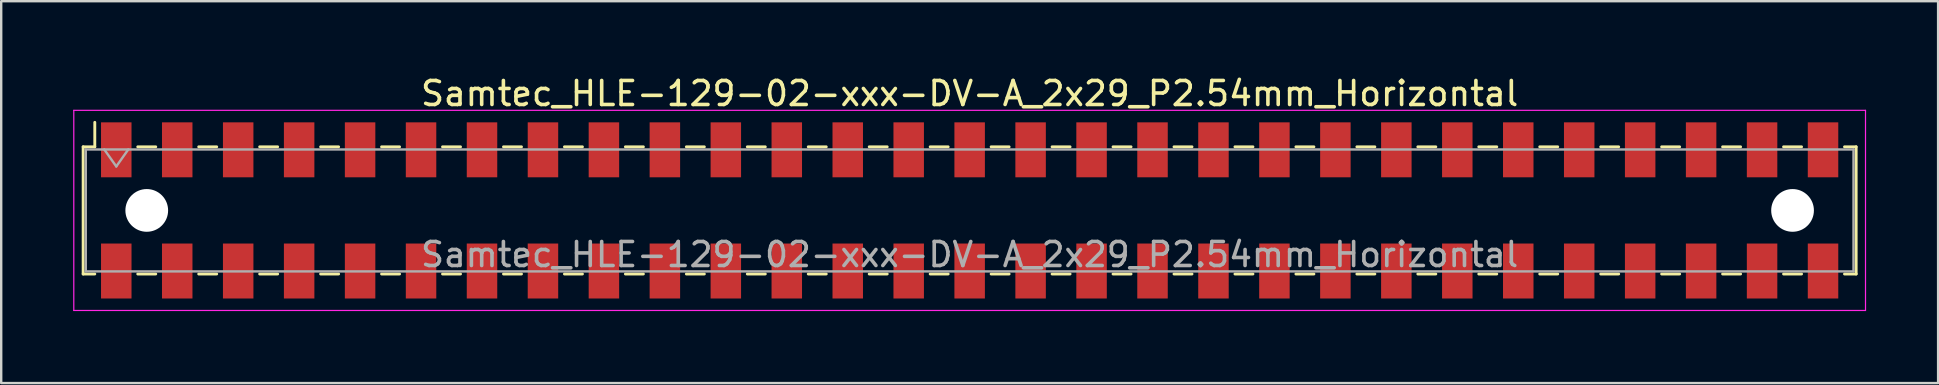
<source format=kicad_pcb>
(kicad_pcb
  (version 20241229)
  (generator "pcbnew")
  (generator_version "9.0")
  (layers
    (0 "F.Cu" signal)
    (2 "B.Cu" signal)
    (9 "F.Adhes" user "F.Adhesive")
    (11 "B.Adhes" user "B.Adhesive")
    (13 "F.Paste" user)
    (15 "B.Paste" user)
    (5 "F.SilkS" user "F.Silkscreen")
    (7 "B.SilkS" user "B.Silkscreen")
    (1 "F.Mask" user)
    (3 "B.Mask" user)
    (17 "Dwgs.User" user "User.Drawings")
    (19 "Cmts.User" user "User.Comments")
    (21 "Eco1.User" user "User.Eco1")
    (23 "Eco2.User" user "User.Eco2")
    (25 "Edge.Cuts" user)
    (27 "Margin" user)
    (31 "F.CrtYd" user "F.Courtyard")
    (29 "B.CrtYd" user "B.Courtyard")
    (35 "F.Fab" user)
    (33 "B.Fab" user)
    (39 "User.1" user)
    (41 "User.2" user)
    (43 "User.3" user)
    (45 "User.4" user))
  (footprint "Samtec_HLE-129-02-xxx-DV-A_2x29_P2.54mm_Horizontal"
    (layer "F.Cu")
    (at 37.355 5.718)
    (property "Reference" "Samtec_HLE-129-02-xxx-DV-A_2x29_P2.54mm_Horizontal" (at 0 -4.87 0) (layer "F.SilkS") (effects (font (size 1 1) (thickness 0.15))))
    (attr smd)
    (fp_line (start -36.94 -2.65) (end -36.94 2.65) (stroke (width 0.12) (type solid)) (layer "F.SilkS"))
    (fp_line (start -36.94 2.65) (end -36.455 2.65) (stroke (width 0.12) (type solid)) (layer "F.SilkS"))
    (fp_line (start -36.455 -3.67) (end -36.455 -2.65) (stroke (width 0.12) (type solid)) (layer "F.SilkS"))
    (fp_line (start -36.455 -2.65) (end -36.94 -2.65) (stroke (width 0.12) (type solid)) (layer "F.SilkS"))
    (fp_line (start -34.665 -2.65) (end -33.915 -2.65) (stroke (width 0.12) (type solid)) (layer "F.SilkS"))
    (fp_line (start -34.665 2.65) (end -33.915 2.65) (stroke (width 0.12) (type solid)) (layer "F.SilkS"))
    (fp_line (start -32.125 -2.65) (end -31.375 -2.65) (stroke (width 0.12) (type solid)) (layer "F.SilkS"))
    (fp_line (start -32.125 2.65) (end -31.375 2.65) (stroke (width 0.12) (type solid)) (layer "F.SilkS"))
    (fp_line (start -29.585 -2.65) (end -28.835 -2.65) (stroke (width 0.12) (type solid)) (layer "F.SilkS"))
    (fp_line (start -29.585 2.65) (end -28.835 2.65) (stroke (width 0.12) (type solid)) (layer "F.SilkS"))
    (fp_line (start -27.045 -2.65) (end -26.295 -2.65) (stroke (width 0.12) (type solid)) (layer "F.SilkS"))
    (fp_line (start -27.045 2.65) (end -26.295 2.65) (stroke (width 0.12) (type solid)) (layer "F.SilkS"))
    (fp_line (start -24.505 -2.65) (end -23.755 -2.65) (stroke (width 0.12) (type solid)) (layer "F.SilkS"))
    (fp_line (start -24.505 2.65) (end -23.755 2.65) (stroke (width 0.12) (type solid)) (layer "F.SilkS"))
    (fp_line (start -21.965 -2.65) (end -21.215 -2.65) (stroke (width 0.12) (type solid)) (layer "F.SilkS"))
    (fp_line (start -21.965 2.65) (end -21.215 2.65) (stroke (width 0.12) (type solid)) (layer "F.SilkS"))
    (fp_line (start -19.425 -2.65) (end -18.675 -2.65) (stroke (width 0.12) (type solid)) (layer "F.SilkS"))
    (fp_line (start -19.425 2.65) (end -18.675 2.65) (stroke (width 0.12) (type solid)) (layer "F.SilkS"))
    (fp_line (start -16.885 -2.65) (end -16.135 -2.65) (stroke (width 0.12) (type solid)) (layer "F.SilkS"))
    (fp_line (start -16.885 2.65) (end -16.135 2.65) (stroke (width 0.12) (type solid)) (layer "F.SilkS"))
    (fp_line (start -14.345 -2.65) (end -13.595 -2.65) (stroke (width 0.12) (type solid)) (layer "F.SilkS"))
    (fp_line (start -14.345 2.65) (end -13.595 2.65) (stroke (width 0.12) (type solid)) (layer "F.SilkS"))
    (fp_line (start -11.805 -2.65) (end -11.055 -2.65) (stroke (width 0.12) (type solid)) (layer "F.SilkS"))
    (fp_line (start -11.805 2.65) (end -11.055 2.65) (stroke (width 0.12) (type solid)) (layer "F.SilkS"))
    (fp_line (start -9.265 -2.65) (end -8.515 -2.65) (stroke (width 0.12) (type solid)) (layer "F.SilkS"))
    (fp_line (start -9.265 2.65) (end -8.515 2.65) (stroke (width 0.12) (type solid)) (layer "F.SilkS"))
    (fp_line (start -6.725 -2.65) (end -5.975 -2.65) (stroke (width 0.12) (type solid)) (layer "F.SilkS"))
    (fp_line (start -6.725 2.65) (end -5.975 2.65) (stroke (width 0.12) (type solid)) (layer "F.SilkS"))
    (fp_line (start -4.185 -2.65) (end -3.435 -2.65) (stroke (width 0.12) (type solid)) (layer "F.SilkS"))
    (fp_line (start -4.185 2.65) (end -3.435 2.65) (stroke (width 0.12) (type solid)) (layer "F.SilkS"))
    (fp_line (start -1.645 -2.65) (end -0.895 -2.65) (stroke (width 0.12) (type solid)) (layer "F.SilkS"))
    (fp_line (start -1.645 2.65) (end -0.895 2.65) (stroke (width 0.12) (type solid)) (layer "F.SilkS"))
    (fp_line (start 0.895 -2.65) (end 1.645 -2.65) (stroke (width 0.12) (type solid)) (layer "F.SilkS"))
    (fp_line (start 0.895 2.65) (end 1.645 2.65) (stroke (width 0.12) (type solid)) (layer "F.SilkS"))
    (fp_line (start 3.435 -2.65) (end 4.185 -2.65) (stroke (width 0.12) (type solid)) (layer "F.SilkS"))
    (fp_line (start 3.435 2.65) (end 4.185 2.65) (stroke (width 0.12) (type solid)) (layer "F.SilkS"))
    (fp_line (start 5.975 -2.65) (end 6.725 -2.65) (stroke (width 0.12) (type solid)) (layer "F.SilkS"))
    (fp_line (start 5.975 2.65) (end 6.725 2.65) (stroke (width 0.12) (type solid)) (layer "F.SilkS"))
    (fp_line (start 8.515 -2.65) (end 9.265 -2.65) (stroke (width 0.12) (type solid)) (layer "F.SilkS"))
    (fp_line (start 8.515 2.65) (end 9.265 2.65) (stroke (width 0.12) (type solid)) (layer "F.SilkS"))
    (fp_line (start 11.055 -2.65) (end 11.805 -2.65) (stroke (width 0.12) (type solid)) (layer "F.SilkS"))
    (fp_line (start 11.055 2.65) (end 11.805 2.65) (stroke (width 0.12) (type solid)) (layer "F.SilkS"))
    (fp_line (start 13.595 -2.65) (end 14.345 -2.65) (stroke (width 0.12) (type solid)) (layer "F.SilkS"))
    (fp_line (start 13.595 2.65) (end 14.345 2.65) (stroke (width 0.12) (type solid)) (layer "F.SilkS"))
    (fp_line (start 16.135 -2.65) (end 16.885 -2.65) (stroke (width 0.12) (type solid)) (layer "F.SilkS"))
    (fp_line (start 16.135 2.65) (end 16.885 2.65) (stroke (width 0.12) (type solid)) (layer "F.SilkS"))
    (fp_line (start 18.675 -2.65) (end 19.425 -2.65) (stroke (width 0.12) (type solid)) (layer "F.SilkS"))
    (fp_line (start 18.675 2.65) (end 19.425 2.65) (stroke (width 0.12) (type solid)) (layer "F.SilkS"))
    (fp_line (start 21.215 -2.65) (end 21.965 -2.65) (stroke (width 0.12) (type solid)) (layer "F.SilkS"))
    (fp_line (start 21.215 2.65) (end 21.965 2.65) (stroke (width 0.12) (type solid)) (layer "F.SilkS"))
    (fp_line (start 23.755 -2.65) (end 24.505 -2.65) (stroke (width 0.12) (type solid)) (layer "F.SilkS"))
    (fp_line (start 23.755 2.65) (end 24.505 2.65) (stroke (width 0.12) (type solid)) (layer "F.SilkS"))
    (fp_line (start 26.295 -2.65) (end 27.045 -2.65) (stroke (width 0.12) (type solid)) (layer "F.SilkS"))
    (fp_line (start 26.295 2.65) (end 27.045 2.65) (stroke (width 0.12) (type solid)) (layer "F.SilkS"))
    (fp_line (start 28.835 -2.65) (end 29.585 -2.65) (stroke (width 0.12) (type solid)) (layer "F.SilkS"))
    (fp_line (start 28.835 2.65) (end 29.585 2.65) (stroke (width 0.12) (type solid)) (layer "F.SilkS"))
    (fp_line (start 31.375 -2.65) (end 32.125 -2.65) (stroke (width 0.12) (type solid)) (layer "F.SilkS"))
    (fp_line (start 31.375 2.65) (end 32.125 2.65) (stroke (width 0.12) (type solid)) (layer "F.SilkS"))
    (fp_line (start 33.915 -2.65) (end 34.665 -2.65) (stroke (width 0.12) (type solid)) (layer "F.SilkS"))
    (fp_line (start 33.915 2.65) (end 34.665 2.65) (stroke (width 0.12) (type solid)) (layer "F.SilkS"))
    (fp_line (start 36.455 -2.65) (end 36.94 -2.65) (stroke (width 0.12) (type solid)) (layer "F.SilkS"))
    (fp_line (start 36.94 -2.65) (end 36.94 2.65) (stroke (width 0.12) (type solid)) (layer "F.SilkS"))
    (fp_line (start 36.94 2.65) (end 36.455 2.65) (stroke (width 0.12) (type solid)) (layer "F.SilkS"))
    (fp_line (start -37.33 -4.17) (end 37.33 -4.17) (stroke (width 0.05) (type solid)) (layer "F.CrtYd"))
    (fp_line (start -37.33 4.17) (end -37.33 -4.17) (stroke (width 0.05) (type solid)) (layer "F.CrtYd"))
    (fp_line (start 37.33 -4.17) (end 37.33 4.17) (stroke (width 0.05) (type solid)) (layer "F.CrtYd"))
    (fp_line (start 37.33 4.17) (end -37.33 4.17) (stroke (width 0.05) (type solid)) (layer "F.CrtYd"))
    (fp_line (start -36.83 -2.54) (end 36.83 -2.54) (stroke (width 0.1) (type solid)) (layer "F.Fab"))
    (fp_line (start -36.83 2.54) (end -36.83 -2.54) (stroke (width 0.1) (type solid)) (layer "F.Fab"))
    (fp_line (start -36.06 -2.54) (end -35.56 -1.833) (stroke (width 0.1) (type solid)) (layer "F.Fab"))
    (fp_line (start -35.56 -1.833) (end -35.06 -2.54) (stroke (width 0.1) (type solid)) (layer "F.Fab"))
    (fp_line (start 36.83 -2.54) (end 36.83 2.54) (stroke (width 0.1) (type solid)) (layer "F.Fab"))
    (fp_line (start 36.83 2.54) (end -36.83 2.54) (stroke (width 0.1) (type solid)) (layer "F.Fab"))
    (fp_text user "${REFERENCE}" (at 0 1.84 0) (layer "F.Fab") (effects (font (size 1 1) (thickness 0.15))))
    (pad "" np_thru_hole circle (at -34.29 0) (size 1.78 1.78) (drill 1.78) (layers "*.Cu" "*.Mask"))
    (pad "" np_thru_hole circle (at 34.29 0) (size 1.78 1.78) (drill 1.78) (layers "*.Cu" "*.Mask"))
    (pad "1" smd rect (at -35.56 -2.525) (size 1.27 2.29) (layers "F.Cu" "F.Mask" "F.Paste"))
    (pad "2" smd rect (at -35.56 2.525) (size 1.27 2.29) (layers "F.Cu" "F.Mask" "F.Paste"))
    (pad "3" smd rect (at -33.02 -2.525) (size 1.27 2.29) (layers "F.Cu" "F.Mask" "F.Paste"))
    (pad "4" smd rect (at -33.02 2.525) (size 1.27 2.29) (layers "F.Cu" "F.Mask" "F.Paste"))
    (pad "5" smd rect (at -30.48 -2.525) (size 1.27 2.29) (layers "F.Cu" "F.Mask" "F.Paste"))
    (pad "6" smd rect (at -30.48 2.525) (size 1.27 2.29) (layers "F.Cu" "F.Mask" "F.Paste"))
    (pad "7" smd rect (at -27.94 -2.525) (size 1.27 2.29) (layers "F.Cu" "F.Mask" "F.Paste"))
    (pad "8" smd rect (at -27.94 2.525) (size 1.27 2.29) (layers "F.Cu" "F.Mask" "F.Paste"))
    (pad "9" smd rect (at -25.4 -2.525) (size 1.27 2.29) (layers "F.Cu" "F.Mask" "F.Paste"))
    (pad "10" smd rect (at -25.4 2.525) (size 1.27 2.29) (layers "F.Cu" "F.Mask" "F.Paste"))
    (pad "11" smd rect (at -22.86 -2.525) (size 1.27 2.29) (layers "F.Cu" "F.Mask" "F.Paste"))
    (pad "12" smd rect (at -22.86 2.525) (size 1.27 2.29) (layers "F.Cu" "F.Mask" "F.Paste"))
    (pad "13" smd rect (at -20.32 -2.525) (size 1.27 2.29) (layers "F.Cu" "F.Mask" "F.Paste"))
    (pad "14" smd rect (at -20.32 2.525) (size 1.27 2.29) (layers "F.Cu" "F.Mask" "F.Paste"))
    (pad "15" smd rect (at -17.78 -2.525) (size 1.27 2.29) (layers "F.Cu" "F.Mask" "F.Paste"))
    (pad "16" smd rect (at -17.78 2.525) (size 1.27 2.29) (layers "F.Cu" "F.Mask" "F.Paste"))
    (pad "17" smd rect (at -15.24 -2.525) (size 1.27 2.29) (layers "F.Cu" "F.Mask" "F.Paste"))
    (pad "18" smd rect (at -15.24 2.525) (size 1.27 2.29) (layers "F.Cu" "F.Mask" "F.Paste"))
    (pad "19" smd rect (at -12.7 -2.525) (size 1.27 2.29) (layers "F.Cu" "F.Mask" "F.Paste"))
    (pad "20" smd rect (at -12.7 2.525) (size 1.27 2.29) (layers "F.Cu" "F.Mask" "F.Paste"))
    (pad "21" smd rect (at -10.16 -2.525) (size 1.27 2.29) (layers "F.Cu" "F.Mask" "F.Paste"))
    (pad "22" smd rect (at -10.16 2.525) (size 1.27 2.29) (layers "F.Cu" "F.Mask" "F.Paste"))
    (pad "23" smd rect (at -7.62 -2.525) (size 1.27 2.29) (layers "F.Cu" "F.Mask" "F.Paste"))
    (pad "24" smd rect (at -7.62 2.525) (size 1.27 2.29) (layers "F.Cu" "F.Mask" "F.Paste"))
    (pad "25" smd rect (at -5.08 -2.525) (size 1.27 2.29) (layers "F.Cu" "F.Mask" "F.Paste"))
    (pad "26" smd rect (at -5.08 2.525) (size 1.27 2.29) (layers "F.Cu" "F.Mask" "F.Paste"))
    (pad "27" smd rect (at -2.54 -2.525) (size 1.27 2.29) (layers "F.Cu" "F.Mask" "F.Paste"))
    (pad "28" smd rect (at -2.54 2.525) (size 1.27 2.29) (layers "F.Cu" "F.Mask" "F.Paste"))
    (pad "29" smd rect (at 0 -2.525) (size 1.27 2.29) (layers "F.Cu" "F.Mask" "F.Paste"))
    (pad "30" smd rect (at 0 2.525) (size 1.27 2.29) (layers "F.Cu" "F.Mask" "F.Paste"))
    (pad "31" smd rect (at 2.54 -2.525) (size 1.27 2.29) (layers "F.Cu" "F.Mask" "F.Paste"))
    (pad "32" smd rect (at 2.54 2.525) (size 1.27 2.29) (layers "F.Cu" "F.Mask" "F.Paste"))
    (pad "33" smd rect (at 5.08 -2.525) (size 1.27 2.29) (layers "F.Cu" "F.Mask" "F.Paste"))
    (pad "34" smd rect (at 5.08 2.525) (size 1.27 2.29) (layers "F.Cu" "F.Mask" "F.Paste"))
    (pad "35" smd rect (at 7.62 -2.525) (size 1.27 2.29) (layers "F.Cu" "F.Mask" "F.Paste"))
    (pad "36" smd rect (at 7.62 2.525) (size 1.27 2.29) (layers "F.Cu" "F.Mask" "F.Paste"))
    (pad "37" smd rect (at 10.16 -2.525) (size 1.27 2.29) (layers "F.Cu" "F.Mask" "F.Paste"))
    (pad "38" smd rect (at 10.16 2.525) (size 1.27 2.29) (layers "F.Cu" "F.Mask" "F.Paste"))
    (pad "39" smd rect (at 12.7 -2.525) (size 1.27 2.29) (layers "F.Cu" "F.Mask" "F.Paste"))
    (pad "40" smd rect (at 12.7 2.525) (size 1.27 2.29) (layers "F.Cu" "F.Mask" "F.Paste"))
    (pad "41" smd rect (at 15.24 -2.525) (size 1.27 2.29) (layers "F.Cu" "F.Mask" "F.Paste"))
    (pad "42" smd rect (at 15.24 2.525) (size 1.27 2.29) (layers "F.Cu" "F.Mask" "F.Paste"))
    (pad "43" smd rect (at 17.78 -2.525) (size 1.27 2.29) (layers "F.Cu" "F.Mask" "F.Paste"))
    (pad "44" smd rect (at 17.78 2.525) (size 1.27 2.29) (layers "F.Cu" "F.Mask" "F.Paste"))
    (pad "45" smd rect (at 20.32 -2.525) (size 1.27 2.29) (layers "F.Cu" "F.Mask" "F.Paste"))
    (pad "46" smd rect (at 20.32 2.525) (size 1.27 2.29) (layers "F.Cu" "F.Mask" "F.Paste"))
    (pad "47" smd rect (at 22.86 -2.525) (size 1.27 2.29) (layers "F.Cu" "F.Mask" "F.Paste"))
    (pad "48" smd rect (at 22.86 2.525) (size 1.27 2.29) (layers "F.Cu" "F.Mask" "F.Paste"))
    (pad "49" smd rect (at 25.4 -2.525) (size 1.27 2.29) (layers "F.Cu" "F.Mask" "F.Paste"))
    (pad "50" smd rect (at 25.4 2.525) (size 1.27 2.29) (layers "F.Cu" "F.Mask" "F.Paste"))
    (pad "51" smd rect (at 27.94 -2.525) (size 1.27 2.29) (layers "F.Cu" "F.Mask" "F.Paste"))
    (pad "52" smd rect (at 27.94 2.525) (size 1.27 2.29) (layers "F.Cu" "F.Mask" "F.Paste"))
    (pad "53" smd rect (at 30.48 -2.525) (size 1.27 2.29) (layers "F.Cu" "F.Mask" "F.Paste"))
    (pad "54" smd rect (at 30.48 2.525) (size 1.27 2.29) (layers "F.Cu" "F.Mask" "F.Paste"))
    (pad "55" smd rect (at 33.02 -2.525) (size 1.27 2.29) (layers "F.Cu" "F.Mask" "F.Paste"))
    (pad "56" smd rect (at 33.02 2.525) (size 1.27 2.29) (layers "F.Cu" "F.Mask" "F.Paste"))
    (pad "57" smd rect (at 35.56 -2.525) (size 1.27 2.29) (layers "F.Cu" "F.Mask" "F.Paste"))
    (pad "58" smd rect (at 35.56 2.525) (size 1.27 2.29) (layers "F.Cu" "F.Mask" "F.Paste")))
  (gr_rect
    (start -3 -3)
    (end 77.71 12.913)
    (stroke (width 0.1) (type default))
    (fill no)
    (layer "Edge.Cuts")))
</source>
